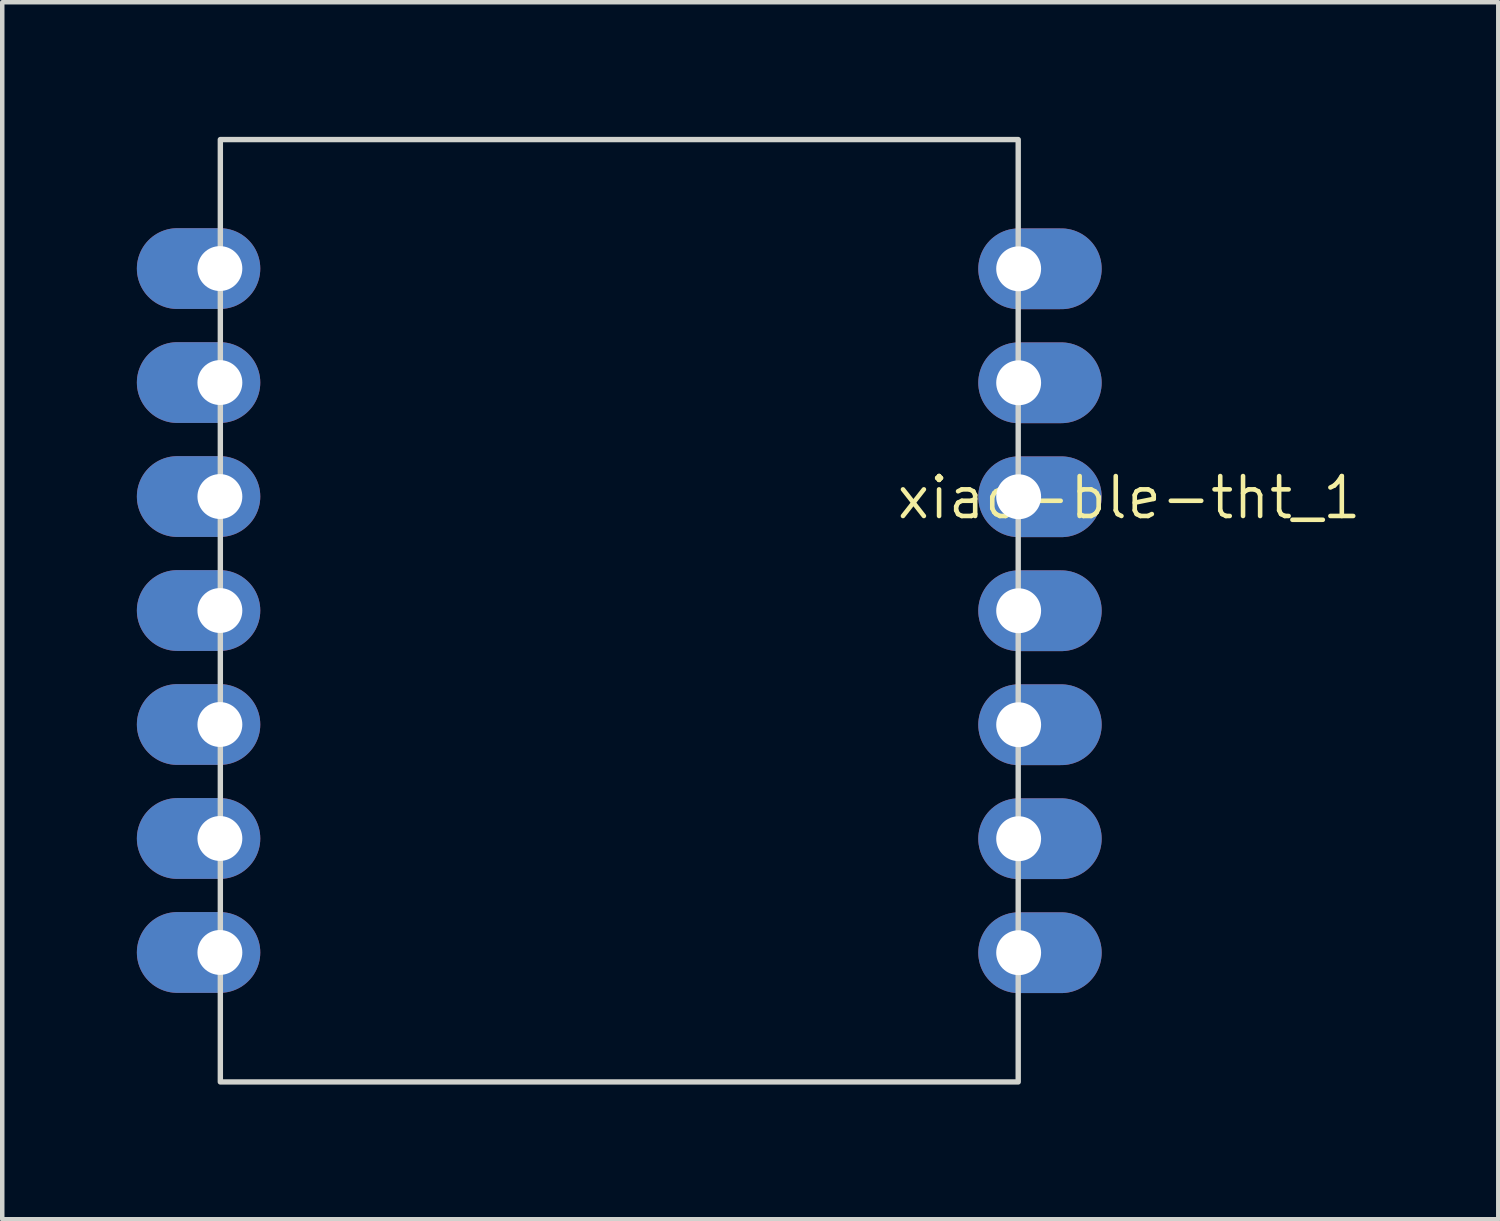
<source format=kicad_pcb>
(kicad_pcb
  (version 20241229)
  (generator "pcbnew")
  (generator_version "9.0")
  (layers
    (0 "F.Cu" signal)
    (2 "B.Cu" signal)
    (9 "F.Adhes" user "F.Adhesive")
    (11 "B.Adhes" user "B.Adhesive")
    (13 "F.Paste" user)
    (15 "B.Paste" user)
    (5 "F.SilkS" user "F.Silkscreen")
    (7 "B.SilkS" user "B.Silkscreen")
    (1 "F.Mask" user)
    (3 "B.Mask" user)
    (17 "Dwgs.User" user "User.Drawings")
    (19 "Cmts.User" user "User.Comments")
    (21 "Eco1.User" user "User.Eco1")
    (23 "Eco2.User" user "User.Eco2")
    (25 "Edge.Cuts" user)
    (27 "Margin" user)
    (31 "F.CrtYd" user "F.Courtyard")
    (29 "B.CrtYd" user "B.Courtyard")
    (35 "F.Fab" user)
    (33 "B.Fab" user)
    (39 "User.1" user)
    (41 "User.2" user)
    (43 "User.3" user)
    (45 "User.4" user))
  (footprint "xiao-ble-tht_1"
    (layer "F.Cu")
    (at 10.75 10.56)
    (property "Reference" "xiao-ble-tht_1" (at 11.36 -2.518 0) (layer "F.SilkS") (effects (font (size 0.889 0.889) (thickness 0.102))))
    (attr smd exclude_from_pos_files)
    (fp_rect (start -8.89 10.5) (end 8.89 -10.5) (stroke (width 0.12) (type solid)) (fill no) (layer "Edge.Cuts"))
    (pad "1" thru_hole oval (at -8.9 -7.625) (size 2.75 1.8) (drill 1 (offset -0.475 0)) (property pad_prop_castellated) (layers "*.Cu" "*.Mask"))
    (pad "2" thru_hole oval (at -8.9 -5.085) (size 2.75 1.8) (drill 1 (offset -0.475 0)) (property pad_prop_castellated) (layers "*.Cu" "*.Mask"))
    (pad "3" thru_hole oval (at -8.9 -2.545) (size 2.75 1.8) (drill 1 (offset -0.475 0)) (property pad_prop_castellated) (layers "*.Cu" "*.Mask"))
    (pad "4" thru_hole oval (at -8.9 -0.005) (size 2.75 1.8) (drill 1 (offset -0.475 0)) (property pad_prop_castellated) (layers "*.Cu" "*.Mask"))
    (pad "5" thru_hole oval (at -8.9 2.535) (size 2.75 1.8) (drill 1 (offset -0.475 0)) (property pad_prop_castellated) (layers "*.Cu" "*.Mask"))
    (pad "6" thru_hole oval (at -8.9 5.075) (size 2.75 1.8) (drill 1 (offset -0.475 0)) (property pad_prop_castellated) (layers "*.Cu" "*.Mask"))
    (pad "7" thru_hole oval (at -8.9 7.615) (size 2.75 1.8) (drill 1 (offset -0.475 0)) (property pad_prop_castellated) (layers "*.Cu" "*.Mask"))
    (pad "8" thru_hole oval (at 8.9 7.62 180) (size 2.75 1.8) (drill 1 (offset -0.475 0)) (property pad_prop_castellated) (layers "*.Cu" "*.Mask"))
    (pad "9" thru_hole oval (at 8.9 5.08 180) (size 2.75 1.8) (drill 1 (offset -0.475 0)) (property pad_prop_castellated) (layers "*.Cu" "*.Mask"))
    (pad "10" thru_hole oval (at 8.9 2.54 180) (size 2.75 1.8) (drill 1 (offset -0.475 0)) (property pad_prop_castellated) (layers "*.Cu" "*.Mask"))
    (pad "11" thru_hole oval (at 8.9 0 180) (size 2.75 1.8) (drill 1 (offset -0.475 0)) (property pad_prop_castellated) (layers "*.Cu" "*.Mask"))
    (pad "12" thru_hole oval (at 8.9 -2.54 180) (size 2.75 1.8) (drill 1 (offset -0.475 0)) (property pad_prop_castellated) (layers "*.Cu" "*.Mask"))
    (pad "13" thru_hole oval (at 8.9 -5.08 180) (size 2.75 1.8) (drill 1 (offset -0.475 0)) (property pad_prop_castellated) (layers "*.Cu" "*.Mask"))
    (pad "14" thru_hole oval (at 8.9 -7.62 180) (size 2.75 1.8) (drill 1 (offset -0.475 0)) (property pad_prop_castellated) (layers "*.Cu" "*.Mask")))
  (gr_rect
    (start -3 -3)
    (end 30.338 24.12)
    (stroke (width 0.1) (type default))
    (fill no)
    (layer "Edge.Cuts")))
</source>
